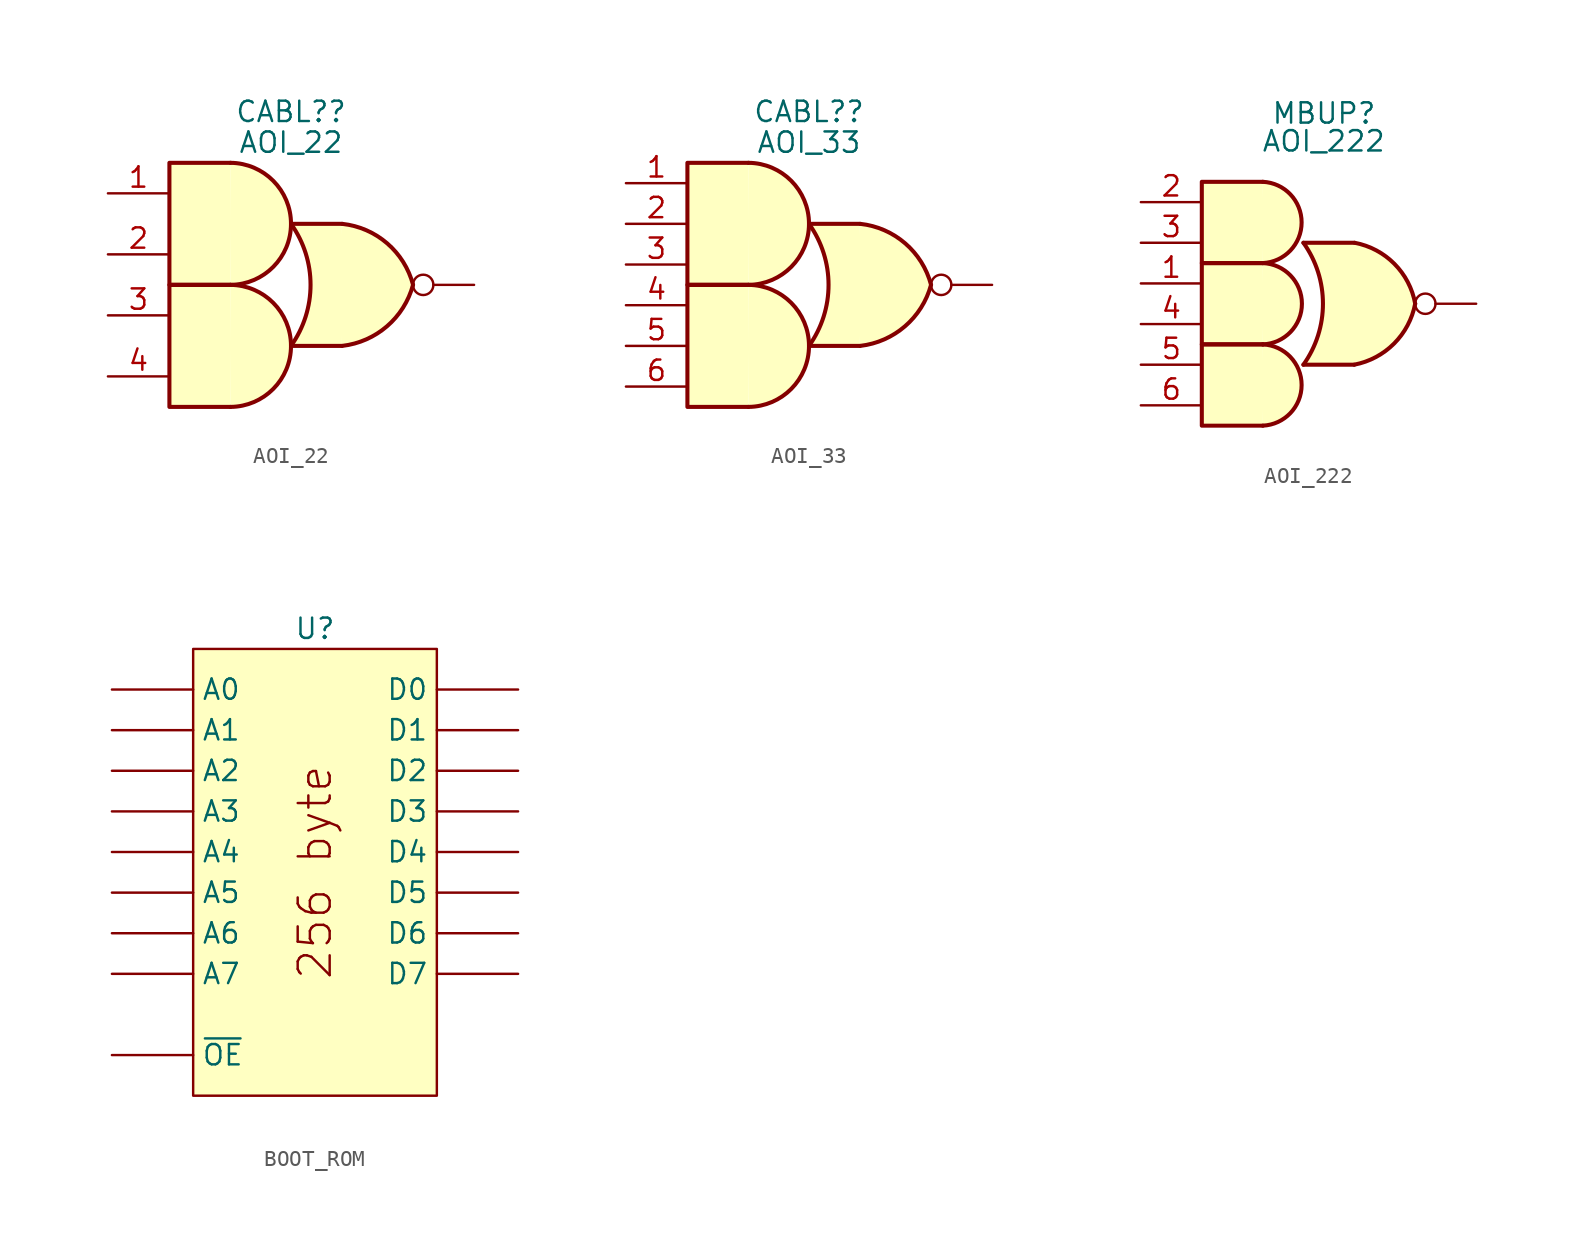
<source format=kicad_sym>
(kicad_symbol_lib
  (version 20220914)
  (generator kicad_symbol_editor)
  (symbol "AOI_22"
    (pin_names hide)
    (property "Reference" "CABL?"
      (at 3.81 12.081 0)
      (effects (font (size 1.27 1.27))))
    (property "Value" "AOI_22"
      (at 3.81 10.16 0)
      (effects (font (size 1.27 1.27))))
    (symbol "AOI_22_1_1"
      (polyline (pts (xy 3.81 -2.54) (xy 6.985 -2.54)) (stroke (width 0.254) (type default)) (fill (type background)))
      (polyline (pts (xy 3.81 5.08) (xy 6.985 5.08)) (stroke (width 0.254) (type default)) (fill (type background)))
      (polyline (pts (xy 0.028 1.27) (xy -3.782 1.27) (xy -3.782 -6.35) (xy 0.028 -6.35)) (stroke (width 0.254) (type default)) (fill (type background)))
      (polyline (pts (xy 0.028 8.89) (xy -3.782 8.89) (xy -3.782 1.27) (xy 0.028 1.27)) (stroke (width 0.254) (type default)) (fill (type background)))
      (polyline (pts (xy 6.985 5.08) (xy 3.81 5.08) (xy 3.81 5.08) (xy 4.064 4.674) (xy 4.597 3.531) (xy 4.927 2.311) (xy 5.004 1.016) (xy 4.851 -0.229) (xy 4.445 -1.448) (xy 3.81 -2.54) (xy 3.81 -2.54) (xy 6.985 -2.54)) (stroke (width -25.4) (type default)) (fill (type background)))
      (arc (start 0.0276 -6.35) (mid 3.8101 -2.54) (end 0.0276 1.27) (stroke (width 0.254) (type default)) (fill (type background)))
      (arc (start 0.0276 1.27) (mid 3.8101 5.08) (end 0.0276 8.89) (stroke (width 0.254) (type default)) (fill (type background)))
      (arc (start 3.8098 -2.54) (mid 5.0308 1.27) (end 3.8098 5.08) (stroke (width 0.254) (type default)) (fill (type none)))
      (arc (start 7.0102 -2.54) (mid 9.8053 -1.314) (end 11.4298 1.27) (stroke (width 0.254) (type default)) (fill (type background)))
      (arc (start 11.4298 1.27) (mid 9.8126 3.8625) (end 7.0102 5.08) (stroke (width 0.254) (type default)) (fill (type background)))
      (pin input line (at -7.62 6.985 0) (length 3.81) (name "~" (effects (font (size 1.27 1.27)))) (number "1" (effects (font (size 1.27 1.27)))))
      (pin input line (at -7.62 3.175 0) (length 3.81) (name "~" (effects (font (size 1.27 1.27)))) (number "2" (effects (font (size 1.27 1.27)))))
      (pin input line (at -7.62 -0.635 0) (length 3.81) (name "~" (effects (font (size 1.27 1.27)))) (number "3" (effects (font (size 1.27 1.27)))))
      (pin output inverted (at 15.24 1.27 180) (length 3.81) (name "~" (effects (font (size 1.27 1.27)))) (number "3" (effects (font (size 0 0)))))
      (pin input line (at -7.62 -4.445 0) (length 3.81) (name "~" (effects (font (size 1.27 1.27)))) (number "4" (effects (font (size 1.27 1.27)))))))
  (symbol "AOI_33"
    (pin_names hide)
    (property "Reference" "CABL?"
      (at 3.81 12.081 0)
      (effects (font (size 1.27 1.27))))
    (property "Value" "AOI_33"
      (at 3.81 10.16 0)
      (effects (font (size 1.27 1.27))))
    (symbol "AOI_33_1_1"
      (polyline (pts (xy 3.81 -2.54) (xy 6.985 -2.54)) (stroke (width 0.254) (type default)) (fill (type background)))
      (polyline (pts (xy 3.81 5.08) (xy 6.985 5.08)) (stroke (width 0.254) (type default)) (fill (type background)))
      (polyline (pts (xy 0.028 1.27) (xy -3.782 1.27) (xy -3.782 -6.35) (xy 0.028 -6.35)) (stroke (width 0.254) (type default)) (fill (type background)))
      (polyline (pts (xy 0.028 8.89) (xy -3.782 8.89) (xy -3.782 1.27) (xy 0.028 1.27)) (stroke (width 0.254) (type default)) (fill (type background)))
      (polyline (pts (xy 6.985 5.08) (xy 3.81 5.08) (xy 3.81 5.08) (xy 4.064 4.674) (xy 4.597 3.531) (xy 4.927 2.311) (xy 5.004 1.016) (xy 4.851 -0.229) (xy 4.445 -1.448) (xy 3.81 -2.54) (xy 3.81 -2.54) (xy 6.985 -2.54)) (stroke (width -25.4) (type default)) (fill (type background)))
      (arc (start 0.0276 -6.35) (mid 3.8101 -2.54) (end 0.0276 1.27) (stroke (width 0.254) (type default)) (fill (type background)))
      (arc (start 0.0276 1.27) (mid 3.8101 5.08) (end 0.0276 8.89) (stroke (width 0.254) (type default)) (fill (type background)))
      (arc (start 3.8098 -2.54) (mid 5.0308 1.27) (end 3.8098 5.08) (stroke (width 0.254) (type default)) (fill (type none)))
      (arc (start 7.0102 -2.54) (mid 9.8053 -1.314) (end 11.4298 1.27) (stroke (width 0.254) (type default)) (fill (type background)))
      (arc (start 11.4298 1.27) (mid 9.8126 3.8625) (end 7.0102 5.08) (stroke (width 0.254) (type default)) (fill (type background)))
      (pin input line (at -7.62 7.62 0) (length 3.81) (name "~" (effects (font (size 1.27 1.27)))) (number "1" (effects (font (size 1.27 1.27)))))
      (pin input line (at -7.62 5.08 0) (length 3.81) (name "~" (effects (font (size 1.27 1.27)))) (number "2" (effects (font (size 1.27 1.27)))))
      (pin input line (at -7.62 2.54 0) (length 3.81) (name "~" (effects (font (size 1.27 1.27)))) (number "3" (effects (font (size 1.27 1.27)))))
      (pin output inverted (at 15.24 1.27 180) (length 3.81) (name "~" (effects (font (size 1.27 1.27)))) (number "3" (effects (font (size 0 0)))))
      (pin input line (at -7.62 0 0) (length 3.81) (name "~" (effects (font (size 1.27 1.27)))) (number "4" (effects (font (size 1.27 1.27)))))
      (pin input line (at -7.62 -2.54 0) (length 3.81) (name "~" (effects (font (size 1.27 1.27)))) (number "5" (effects (font (size 1.27 1.27)))))
      (pin input line (at -7.62 -5.08 0) (length 3.81) (name "~" (effects (font (size 1.27 1.27)))) (number "6" (effects (font (size 1.27 1.27)))))))
  (symbol "AOI_222"
    (pin_names hide)
    (property "Reference" "MBUP"
      (at 3.824 11.9 0)
      (effects (font (size 1.27 1.27))))
    (property "Value" "AOI_222"
      (at 3.81 10.16 0)
      (effects (font (size 1.27 1.27))))
    (symbol "AOI_222_1_1"
      (arc (start 0 -7.62) (mid 2.4276 -5.08) (end 0 -2.54) (stroke (width 0.254) (type default)) (fill (type background)))
      (arc (start 0 -2.54) (mid 2.4462 0) (end 0 2.54) (stroke (width 0.254) (type default)) (fill (type background)))
      (polyline (pts (xy 2.54 -3.81) (xy 5.715 -3.81)) (stroke (width 0.254) (type default)) (fill (type background)))
      (polyline (pts (xy 2.54 3.81) (xy 5.715 3.81)) (stroke (width 0.254) (type default)) (fill (type background)))
      (polyline (pts (xy 0 -2.54) (xy -3.81 -2.54) (xy -3.81 -7.62) (xy 0 -7.62)) (stroke (width 0.254) (type default)) (fill (type background)))
      (polyline (pts (xy 0 2.54) (xy -3.81 2.54) (xy -3.81 -2.54) (xy 0 -2.54)) (stroke (width 0.254) (type default)) (fill (type background)))
      (polyline (pts (xy 0 7.62) (xy -3.81 7.62) (xy -3.81 2.54) (xy 0 2.54)) (stroke (width 0.254) (type default)) (fill (type background)))
      (polyline (pts (xy 5.715 3.81) (xy 2.54 3.81) (xy 2.54 3.81) (xy 2.794 3.404) (xy 3.327 2.261) (xy 3.658 1.041) (xy 3.734 -0.254) (xy 3.581 -1.499) (xy 3.175 -2.718) (xy 2.54 -3.81) (xy 2.54 -3.81) (xy 5.715 -3.81)) (stroke (width -25.4) (type default)) (fill (type background)))
      (arc (start 0 2.54) (mid 2.4276 5.08) (end 0 7.62) (stroke (width 0.254) (type default)) (fill (type background)))
      (arc (start 2.54 -3.81) (mid 3.7608 0) (end 2.54 3.81) (stroke (width 0.254) (type default)) (fill (type none)))
      (arc (start 5.715 -3.81) (mid 8.2051 -2.4901) (end 9.5248 0) (stroke (width 0.254) (type default)) (fill (type background)))
      (arc (start 9.525 0) (mid 8.2252 2.4936) (end 5.7404 3.81) (stroke (width 0.254) (type default)) (fill (type background)))
      (pin input line (at -7.62 1.27 0) (length 3.81) (name "~" (effects (font (size 1.27 1.27)))) (number "1" (effects (font (size 1.27 1.27)))))
      (pin input line (at -7.62 6.35 0) (length 3.81) (name "~" (effects (font (size 1.27 1.27)))) (number "2" (effects (font (size 1.27 1.27)))))
      (pin input line (at -7.62 3.81 0) (length 3.81) (name "~" (effects (font (size 1.27 1.27)))) (number "3" (effects (font (size 1.27 1.27)))))
      (pin output inverted (at 13.335 0 180) (length 3.81) (name "~" (effects (font (size 1.27 1.27)))) (number "3" (effects (font (size 0 0)))))
      (pin input line (at -7.62 -1.27 0) (length 3.81) (name "~" (effects (font (size 1.27 1.27)))) (number "4" (effects (font (size 1.27 1.27)))))
      (pin input line (at -7.62 -3.81 0) (length 3.81) (name "~" (effects (font (size 1.27 1.27)))) (number "5" (effects (font (size 1.27 1.27)))))
      (pin input line (at -7.62 -6.35 0) (length 3.81) (name "~" (effects (font (size 1.27 1.27)))) (number "6" (effects (font (size 1.27 1.27)))))))
  (symbol "BOOT_ROM"
    (pin_numbers hide)
    (property "Reference" "U"
      (at 0 15.24 0)
      (effects (font (size 1.27 1.27))))
    (symbol "BOOT_ROM_0_0"
      (text "256 byte" (at 0 0 900) (effects (font (size 2 2)))))
    (symbol "BOOT_ROM_0_1"
      (rectangle (start -7.62 13.97) (end 7.62 -13.97) (stroke (width 0) (type default)) (fill (type background))))
    (symbol "BOOT_ROM_1_1"
      (pin input line (at -12.7 11.43 0) (length 5.08) (name "A0" (effects (font (size 1.27 1.27)))) (number "1" (effects (font (size 1.27 1.27)))))
      (pin tri_state line (at 12.7 11.43 180) (length 5.08) (name "D0" (effects (font (size 1.27 1.27)))) (number "10" (effects (font (size 1.27 1.27)))))
      (pin tri_state line (at 12.7 8.89 180) (length 5.08) (name "D1" (effects (font (size 1.27 1.27)))) (number "11" (effects (font (size 1.27 1.27)))))
      (pin tri_state line (at 12.7 6.35 180) (length 5.08) (name "D2" (effects (font (size 1.27 1.27)))) (number "12" (effects (font (size 1.27 1.27)))))
      (pin tri_state line (at 12.7 3.81 180) (length 5.08) (name "D3" (effects (font (size 1.27 1.27)))) (number "13" (effects (font (size 1.27 1.27)))))
      (pin tri_state line (at 12.7 1.27 180) (length 5.08) (name "D4" (effects (font (size 1.27 1.27)))) (number "14" (effects (font (size 1.27 1.27)))))
      (pin tri_state line (at 12.7 -1.27 180) (length 5.08) (name "D5" (effects (font (size 1.27 1.27)))) (number "15" (effects (font (size 1.27 1.27)))))
      (pin tri_state line (at 12.7 -3.81 180) (length 5.08) (name "D6" (effects (font (size 1.27 1.27)))) (number "16" (effects (font (size 1.27 1.27)))))
      (pin tri_state line (at 12.7 -6.35 180) (length 5.08) (name "D7" (effects (font (size 1.27 1.27)))) (number "17" (effects (font (size 1.27 1.27)))))
      (pin input line (at -12.7 8.89 0) (length 5.08) (name "A1" (effects (font (size 1.27 1.27)))) (number "2" (effects (font (size 1.27 1.27)))))
      (pin input line (at -12.7 6.35 0) (length 5.08) (name "A2" (effects (font (size 1.27 1.27)))) (number "3" (effects (font (size 1.27 1.27)))))
      (pin input line (at -12.7 3.81 0) (length 5.08) (name "A3" (effects (font (size 1.27 1.27)))) (number "4" (effects (font (size 1.27 1.27)))))
      (pin input line (at -12.7 1.27 0) (length 5.08) (name "A4" (effects (font (size 1.27 1.27)))) (number "5" (effects (font (size 1.27 1.27)))))
      (pin input line (at -12.7 -1.27 0) (length 5.08) (name "A5" (effects (font (size 1.27 1.27)))) (number "6" (effects (font (size 1.27 1.27)))))
      (pin input line (at -12.7 -3.81 0) (length 5.08) (name "A6" (effects (font (size 1.27 1.27)))) (number "7" (effects (font (size 1.27 1.27)))))
      (pin input line (at -12.7 -6.35 0) (length 5.08) (name "A7" (effects (font (size 1.27 1.27)))) (number "8" (effects (font (size 1.27 1.27)))))
      (pin input line (at -12.7 -11.43 0) (length 5.08) (name "~{OE}" (effects (font (size 1.27 1.27)))) (number "9" (effects (font (size 1.27 1.27))))))))
</source>
